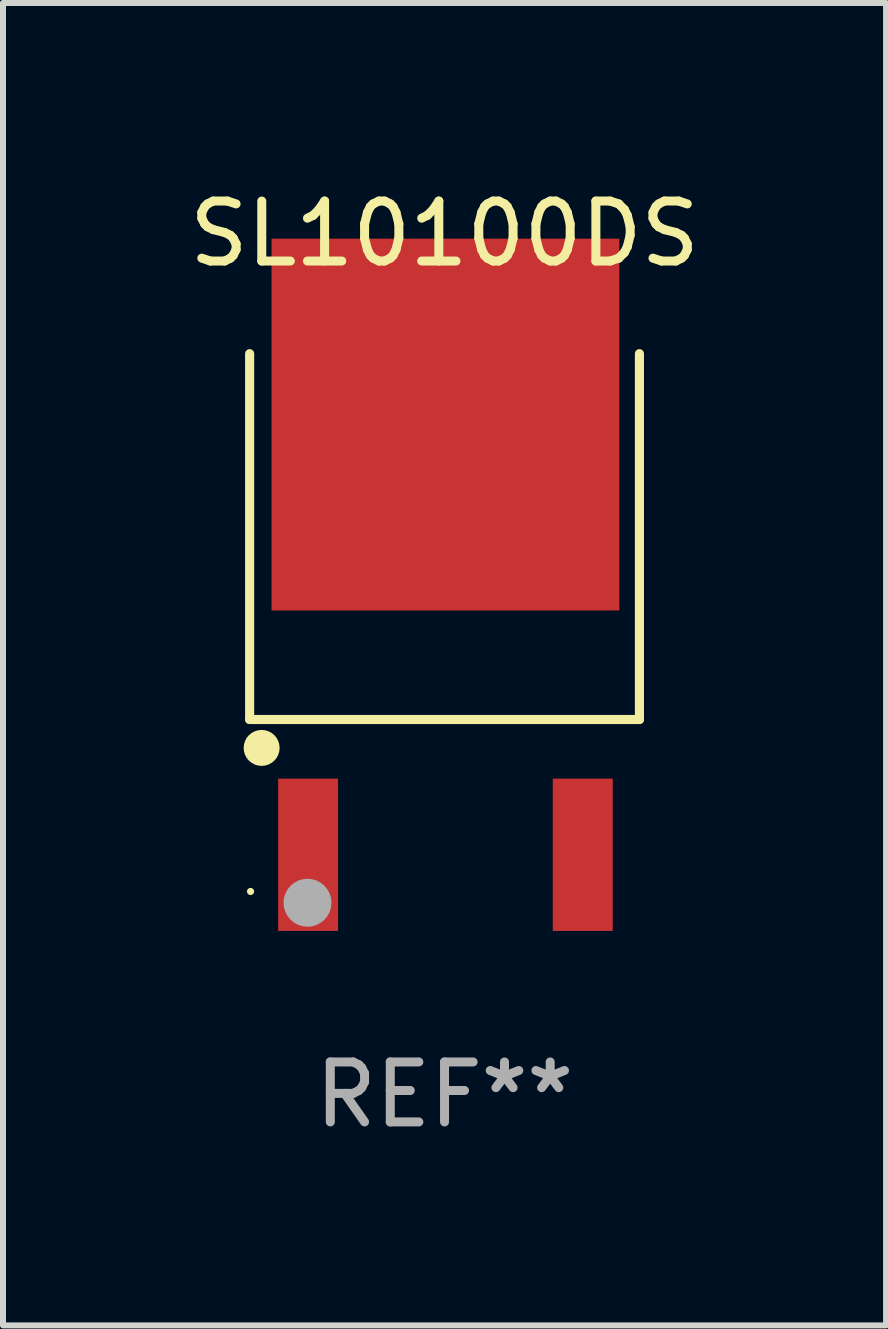
<source format=kicad_pcb>
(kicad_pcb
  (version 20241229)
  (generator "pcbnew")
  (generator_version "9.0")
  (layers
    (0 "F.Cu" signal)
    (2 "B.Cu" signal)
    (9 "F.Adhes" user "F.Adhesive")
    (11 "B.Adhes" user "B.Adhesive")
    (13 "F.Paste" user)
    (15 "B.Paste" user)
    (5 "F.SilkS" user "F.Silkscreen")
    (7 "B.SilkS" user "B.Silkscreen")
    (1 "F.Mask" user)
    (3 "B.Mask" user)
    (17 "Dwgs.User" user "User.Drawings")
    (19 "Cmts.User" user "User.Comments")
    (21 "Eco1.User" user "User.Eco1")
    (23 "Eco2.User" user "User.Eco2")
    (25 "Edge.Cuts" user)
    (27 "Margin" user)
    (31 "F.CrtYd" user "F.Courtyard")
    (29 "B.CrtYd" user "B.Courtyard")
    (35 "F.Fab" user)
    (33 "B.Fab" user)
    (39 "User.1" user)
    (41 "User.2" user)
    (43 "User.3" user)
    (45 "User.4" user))
  (footprint "SL10100DS"
    (layer "F.Cu")
    (at 4.363 7.026)
    (property "Reference" "SL10100DS" (at 0 -6.178 0) (layer "F.SilkS") (effects (font (size 1 1) (thickness 0.15))))
    (attr through_hole)
    (fp_line (start -3.25 1.922) (end -3.25 -4.178) (stroke (width 0.152) (type solid)) (layer "F.SilkS"))
    (fp_line (start 3.25 -4.178) (end 3.25 1.922) (stroke (width 0.152) (type solid)) (layer "F.SilkS"))
    (fp_line (start 3.25 1.922) (end -3.25 1.922) (stroke (width 0.152) (type solid)) (layer "F.SilkS"))
    (fp_circle (center -3.235 4.79) (end -3.205 4.79) (stroke (width 0.06) (type solid)) (fill no) (layer "F.SilkS"))
    (fp_circle (center -3.05 2.396) (end -2.9 2.396) (stroke (width 0.3) (type solid)) (fill no) (layer "F.SilkS"))
    (fp_circle (center -2.285 4.978) (end -2.085 4.978) (stroke (width 0.4) (type solid)) (fill no) (layer "F.Fab"))
    (fp_text user "REF**" (at 0 8.178 0) (layer "F.Fab") (effects (font (size 1 1) (thickness 0.15))))
    (pad "1" smd rect (at -2.275 4.178) (size 1 2.54) (layers "F.Cu" "F.Mask" "F.Paste"))
    (pad "2" smd rect (at 0.015 -2.996) (size 5.8 6.2) (layers "F.Cu" "F.Mask" "F.Paste"))
    (pad "3" smd rect (at 2.305 4.178) (size 1 2.54) (layers "F.Cu" "F.Mask" "F.Paste")))
  (gr_rect
    (start -3 -3)
    (end 11.726 19.052)
    (stroke (width 0.1) (type default))
    (fill no)
    (layer "Edge.Cuts")))
</source>
